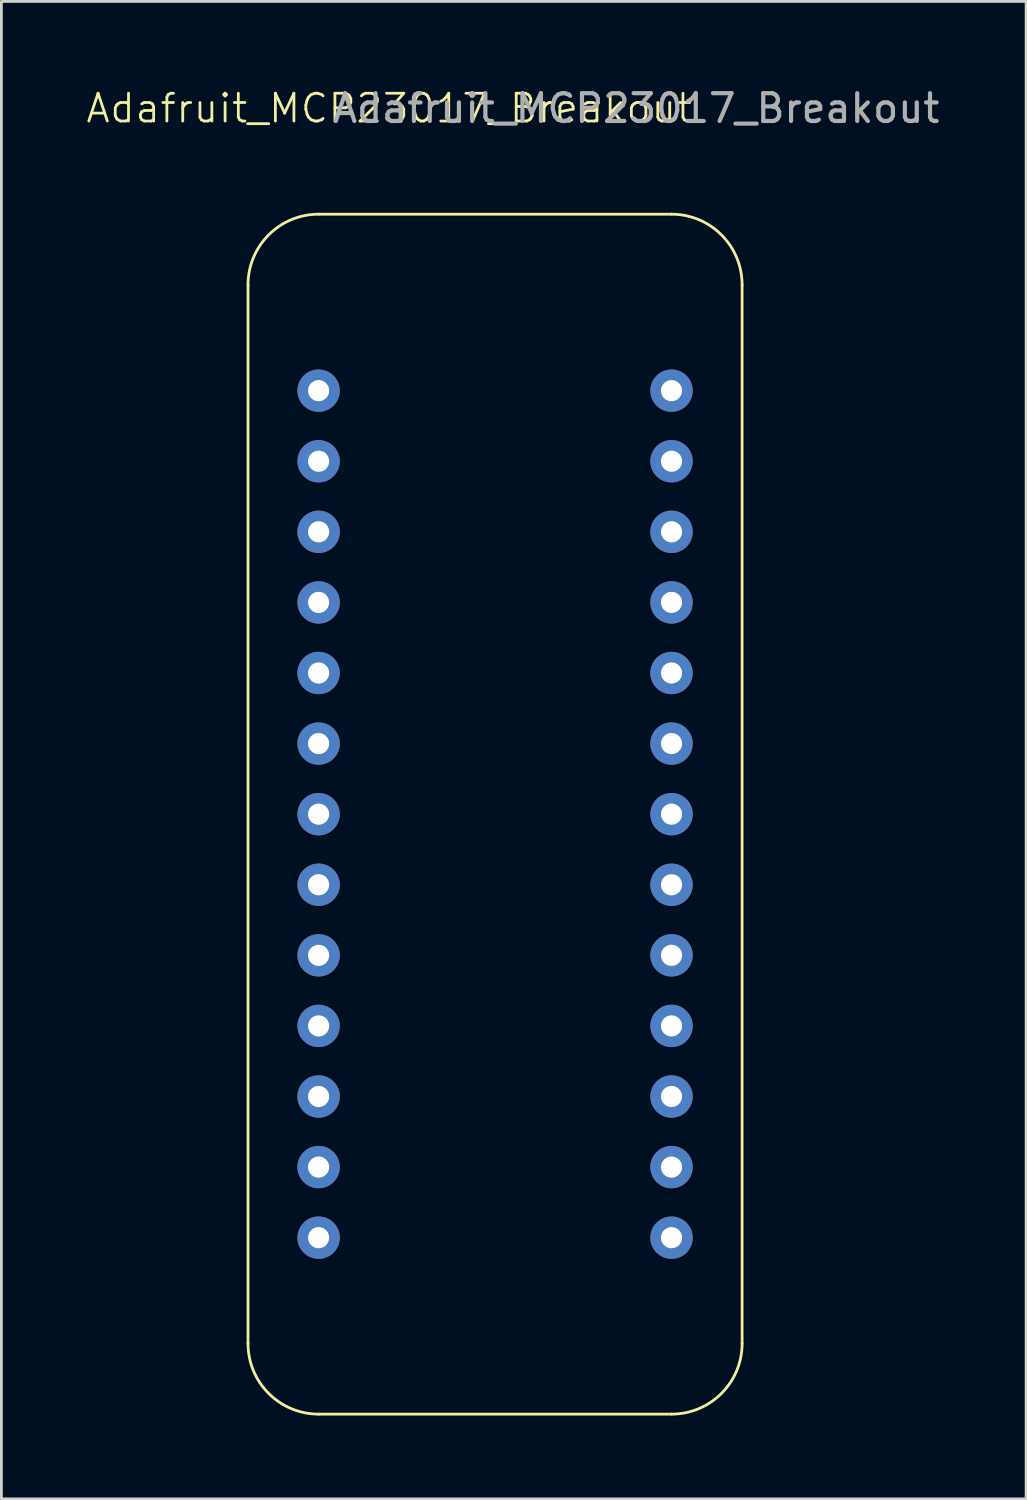
<source format=kicad_pcb>
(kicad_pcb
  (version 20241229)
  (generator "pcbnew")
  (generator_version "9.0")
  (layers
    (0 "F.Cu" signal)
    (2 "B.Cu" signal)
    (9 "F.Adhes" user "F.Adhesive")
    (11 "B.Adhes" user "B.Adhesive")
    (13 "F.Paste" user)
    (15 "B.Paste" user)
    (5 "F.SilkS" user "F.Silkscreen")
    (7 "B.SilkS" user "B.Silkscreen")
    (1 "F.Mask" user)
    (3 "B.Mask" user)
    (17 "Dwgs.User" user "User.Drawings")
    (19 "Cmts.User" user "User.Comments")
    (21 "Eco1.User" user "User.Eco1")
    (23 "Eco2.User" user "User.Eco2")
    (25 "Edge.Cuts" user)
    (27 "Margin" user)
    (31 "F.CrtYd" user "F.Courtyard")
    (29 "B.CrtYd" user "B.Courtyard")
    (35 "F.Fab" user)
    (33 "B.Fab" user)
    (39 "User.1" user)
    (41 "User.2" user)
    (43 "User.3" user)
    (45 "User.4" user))
  (footprint "Adafruit_MCP23017_Breakout"
    (layer "F.Cu")
    (at 14.765 26.248)
    (property "Reference" "Adafruit_MCP23017_Breakout" (at -3.81 -25.4 0) (unlocked yes) (layer "F.SilkS") (effects (font (size 1 1) (thickness 0.1))))
    (attr through_hole)
    (fp_line (start -8.89 -19.05) (end -8.89 19.05) (stroke (width 0.1) (type default)) (layer "F.SilkS"))
    (fp_line (start -6.35 -21.59) (end 6.35 -21.59) (stroke (width 0.1) (type default)) (layer "F.SilkS"))
    (fp_line (start -6.35 21.59) (end 6.35 21.59) (stroke (width 0.1) (type default)) (layer "F.SilkS"))
    (fp_line (start 8.89 -19.05) (end 8.89 19.05) (stroke (width 0.1) (type default)) (layer "F.SilkS"))
    (fp_arc (start -8.89 -19.05) (mid -8.146051 -20.846051) (end -6.35 -21.59) (stroke (width 0.1) (type default)) (layer "F.SilkS"))
    (fp_arc (start -6.35 21.59) (mid -8.146051 20.846051) (end -8.89 19.05) (stroke (width 0.1) (type default)) (layer "F.SilkS"))
    (fp_arc (start 6.35 -21.59) (mid 8.146051 -20.846051) (end 8.89 -19.05) (stroke (width 0.1) (type default)) (layer "F.SilkS"))
    (fp_arc (start 8.89 19.05) (mid 8.146051 20.846051) (end 6.35 21.59) (stroke (width 0.1) (type default)) (layer "F.SilkS"))
    (fp_text user "${REFERENCE}" (at 5.08 -25.4 0) (unlocked yes) (layer "F.Fab") (effects (font (size 1 1) (thickness 0.15))))
    (pad "1" thru_hole circle (at -6.35 -15.24) (size 1.524 1.524) (drill 0.762) (layers "*.Cu" "*.Mask"))
    (pad "2" thru_hole circle (at -6.35 -12.7) (size 1.524 1.524) (drill 0.762) (layers "*.Cu" "*.Mask"))
    (pad "3" thru_hole circle (at -6.35 -10.16) (size 1.524 1.524) (drill 0.762) (layers "*.Cu" "*.Mask"))
    (pad "4" thru_hole circle (at -6.35 -7.62) (size 1.524 1.524) (drill 0.762) (layers "*.Cu" "*.Mask"))
    (pad "5" thru_hole circle (at -6.35 -5.08) (size 1.524 1.524) (drill 0.762) (layers "*.Cu" "*.Mask"))
    (pad "6" thru_hole circle (at -6.35 -2.54) (size 1.524 1.524) (drill 0.762) (layers "*.Cu" "*.Mask"))
    (pad "7" thru_hole circle (at -6.35 0) (size 1.524 1.524) (drill 0.762) (layers "*.Cu" "*.Mask"))
    (pad "8" thru_hole circle (at -6.35 2.54) (size 1.524 1.524) (drill 0.762) (layers "*.Cu" "*.Mask"))
    (pad "9" thru_hole circle (at -6.35 5.08) (size 1.524 1.524) (drill 0.762) (layers "*.Cu" "*.Mask"))
    (pad "10" thru_hole circle (at -6.35 7.62) (size 1.524 1.524) (drill 0.762) (layers "*.Cu" "*.Mask"))
    (pad "11" thru_hole circle (at -6.35 10.16) (size 1.524 1.524) (drill 0.762) (layers "*.Cu" "*.Mask"))
    (pad "12" thru_hole circle (at -6.35 12.7) (size 1.524 1.524) (drill 0.762) (layers "*.Cu" "*.Mask"))
    (pad "13" thru_hole circle (at -6.35 15.24) (size 1.524 1.524) (drill 0.762) (layers "*.Cu" "*.Mask"))
    (pad "14" thru_hole circle (at 6.35 -15.24) (size 1.524 1.524) (drill 0.762) (layers "*.Cu" "*.Mask"))
    (pad "15" thru_hole circle (at 6.35 -12.7) (size 1.524 1.524) (drill 0.762) (layers "*.Cu" "*.Mask"))
    (pad "16" thru_hole circle (at 6.35 -10.16) (size 1.524 1.524) (drill 0.762) (layers "*.Cu" "*.Mask"))
    (pad "17" thru_hole circle (at 6.35 -7.62) (size 1.524 1.524) (drill 0.762) (layers "*.Cu" "*.Mask"))
    (pad "18" thru_hole circle (at 6.35 -5.08) (size 1.524 1.524) (drill 0.762) (layers "*.Cu" "*.Mask"))
    (pad "19" thru_hole circle (at 6.35 -2.54) (size 1.524 1.524) (drill 0.762) (layers "*.Cu" "*.Mask"))
    (pad "20" thru_hole circle (at 6.35 0) (size 1.524 1.524) (drill 0.762) (layers "*.Cu" "*.Mask"))
    (pad "21" thru_hole circle (at 6.35 2.54) (size 1.524 1.524) (drill 0.762) (layers "*.Cu" "*.Mask"))
    (pad "22" thru_hole circle (at 6.35 5.08) (size 1.524 1.524) (drill 0.762) (layers "*.Cu" "*.Mask"))
    (pad "23" thru_hole circle (at 6.35 7.62) (size 1.524 1.524) (drill 0.762) (layers "*.Cu" "*.Mask"))
    (pad "24" thru_hole circle (at 6.35 10.16) (size 1.524 1.524) (drill 0.762) (layers "*.Cu" "*.Mask"))
    (pad "25" thru_hole circle (at 6.35 12.7) (size 1.524 1.524) (drill 0.762) (layers "*.Cu" "*.Mask"))
    (pad "26" thru_hole circle (at 6.35 15.24) (size 1.524 1.524) (drill 0.762) (layers "*.Cu" "*.Mask")))
  (gr_rect
    (start -3 -3)
    (end 33.875 50.888)
    (stroke (width 0.1) (type default))
    (fill no)
    (layer "Edge.Cuts")))
</source>
